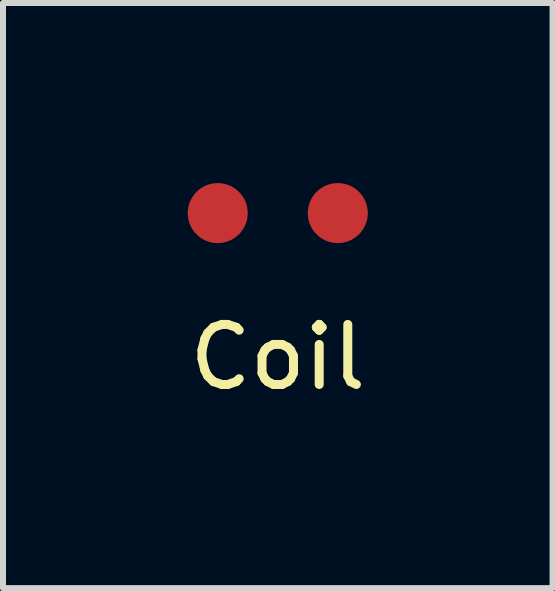
<source format=kicad_pcb>
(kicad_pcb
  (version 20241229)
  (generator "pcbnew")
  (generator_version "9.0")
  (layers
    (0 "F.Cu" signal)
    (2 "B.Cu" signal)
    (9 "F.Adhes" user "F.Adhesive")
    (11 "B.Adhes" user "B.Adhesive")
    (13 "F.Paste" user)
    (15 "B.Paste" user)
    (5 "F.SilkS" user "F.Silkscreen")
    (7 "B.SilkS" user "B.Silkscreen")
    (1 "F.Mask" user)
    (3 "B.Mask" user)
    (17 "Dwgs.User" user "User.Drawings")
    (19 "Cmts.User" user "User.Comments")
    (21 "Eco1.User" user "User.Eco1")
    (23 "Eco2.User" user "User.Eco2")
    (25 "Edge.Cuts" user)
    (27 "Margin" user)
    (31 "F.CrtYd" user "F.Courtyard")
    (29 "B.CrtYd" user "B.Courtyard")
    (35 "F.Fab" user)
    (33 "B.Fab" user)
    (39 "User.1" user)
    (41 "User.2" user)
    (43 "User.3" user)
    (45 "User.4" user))
  (footprint "Coil"
    (layer "F.Cu")
    (at 1.577 0.5)
    (property "Reference" "Coil" (at 0 2.4 0) (layer "F.SilkS") (effects (font (size 1 1) (thickness 0.15))))
    (attr through_hole)
    (pad "1" smd circle (at -1 0) (size 1 1) (layers "F.Cu" "F.Mask" "F.Paste"))
    (pad "2" smd circle (at 1 0) (size 1 1) (layers "F.Cu" "F.Mask" "F.Paste")))
  (gr_rect
    (start -3 -3)
    (end 6.155 6.748)
    (stroke (width 0.1) (type default))
    (fill no)
    (layer "Edge.Cuts")))
</source>
